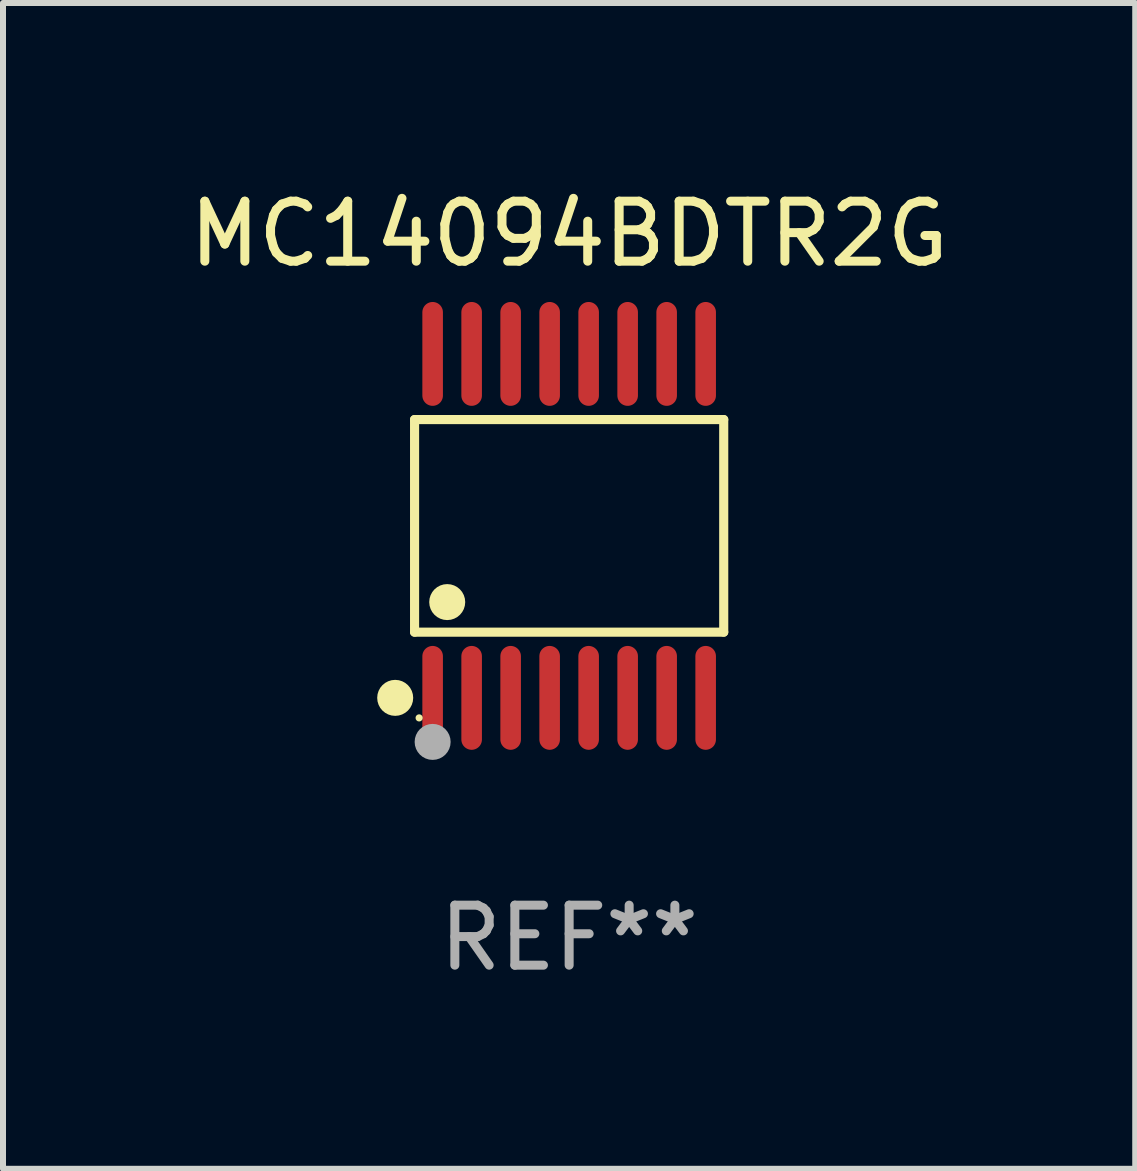
<source format=kicad_pcb>
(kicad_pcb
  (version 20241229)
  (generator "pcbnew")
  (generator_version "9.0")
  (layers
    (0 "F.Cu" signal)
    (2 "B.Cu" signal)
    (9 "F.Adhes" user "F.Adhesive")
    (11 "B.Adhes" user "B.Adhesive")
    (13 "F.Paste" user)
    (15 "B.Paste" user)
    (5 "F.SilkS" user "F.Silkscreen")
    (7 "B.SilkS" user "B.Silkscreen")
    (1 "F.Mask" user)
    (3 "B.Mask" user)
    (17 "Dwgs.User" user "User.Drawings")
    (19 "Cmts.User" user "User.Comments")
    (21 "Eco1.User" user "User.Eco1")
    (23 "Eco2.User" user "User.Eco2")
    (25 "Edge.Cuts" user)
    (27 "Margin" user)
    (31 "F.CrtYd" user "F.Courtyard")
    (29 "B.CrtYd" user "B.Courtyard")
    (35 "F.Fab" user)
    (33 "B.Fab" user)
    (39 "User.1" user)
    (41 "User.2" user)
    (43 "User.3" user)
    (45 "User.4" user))
  (footprint "MC14094BDTR2G"
    (layer "F.Cu")
    (at 6.435 5.714)
    (property "Reference" "MC14094BDTR2G" (at 0 -4.866 0) (layer "F.SilkS") (effects (font (size 1 1) (thickness 0.15))))
    (attr through_hole)
    (fp_line (start -2.576 -1.772) (end 2.576 -1.772) (stroke (width 0.152) (type solid)) (layer "F.SilkS"))
    (fp_line (start -2.576 1.771) (end -2.576 -1.772) (stroke (width 0.152) (type solid)) (layer "F.SilkS"))
    (fp_line (start 2.576 -1.772) (end 2.576 1.771) (stroke (width 0.152) (type solid)) (layer "F.SilkS"))
    (fp_line (start 2.576 1.771) (end -2.576 1.771) (stroke (width 0.152) (type solid)) (layer "F.SilkS"))
    (fp_circle (center -2.899 2.866) (end -2.749 2.866) (stroke (width 0.3) (type solid)) (fill no) (layer "F.SilkS"))
    (fp_circle (center -2.5 3.2) (end -2.47 3.2) (stroke (width 0.06) (type solid)) (fill no) (layer "F.SilkS"))
    (fp_circle (center -2.032 1.27) (end -1.882 1.27) (stroke (width 0.3) (type solid)) (fill no) (layer "F.SilkS"))
    (fp_circle (center -2.275 3.6) (end -2.125 3.6) (stroke (width 0.3) (type solid)) (fill no) (layer "F.Fab"))
    (fp_text user "REF**" (at 0 6.866 0) (layer "F.Fab") (effects (font (size 1 1) (thickness 0.15))))
    (pad "1" smd oval (at -2.275 2.866) (size 0.343 1.731) (layers "F.Cu" "F.Mask" "F.Paste"))
    (pad "2" smd oval (at -1.625 2.866) (size 0.343 1.731) (layers "F.Cu" "F.Mask" "F.Paste"))
    (pad "3" smd oval (at -0.975 2.866) (size 0.343 1.731) (layers "F.Cu" "F.Mask" "F.Paste"))
    (pad "4" smd oval (at -0.325 2.866) (size 0.343 1.731) (layers "F.Cu" "F.Mask" "F.Paste"))
    (pad "5" smd oval (at 0.325 2.866) (size 0.343 1.731) (layers "F.Cu" "F.Mask" "F.Paste"))
    (pad "6" smd oval (at 0.975 2.866) (size 0.343 1.731) (layers "F.Cu" "F.Mask" "F.Paste"))
    (pad "7" smd oval (at 1.625 2.866) (size 0.343 1.731) (layers "F.Cu" "F.Mask" "F.Paste"))
    (pad "8" smd oval (at 2.275 2.866) (size 0.343 1.731) (layers "F.Cu" "F.Mask" "F.Paste"))
    (pad "9" smd oval (at 2.275 -2.866) (size 0.343 1.731) (layers "F.Cu" "F.Mask" "F.Paste"))
    (pad "10" smd oval (at 1.625 -2.866) (size 0.343 1.731) (layers "F.Cu" "F.Mask" "F.Paste"))
    (pad "11" smd oval (at 0.975 -2.866) (size 0.343 1.731) (layers "F.Cu" "F.Mask" "F.Paste"))
    (pad "12" smd oval (at 0.325 -2.866) (size 0.343 1.731) (layers "F.Cu" "F.Mask" "F.Paste"))
    (pad "13" smd oval (at -0.325 -2.866) (size 0.343 1.731) (layers "F.Cu" "F.Mask" "F.Paste"))
    (pad "14" smd oval (at -0.975 -2.866) (size 0.343 1.731) (layers "F.Cu" "F.Mask" "F.Paste"))
    (pad "15" smd oval (at -1.625 -2.866) (size 0.343 1.731) (layers "F.Cu" "F.Mask" "F.Paste"))
    (pad "16" smd oval (at -2.275 -2.866) (size 0.343 1.731) (layers "F.Cu" "F.Mask" "F.Paste")))
  (gr_rect
    (start -3 -3)
    (end 15.869 16.428)
    (stroke (width 0.1) (type default))
    (fill no)
    (layer "Edge.Cuts")))
</source>
